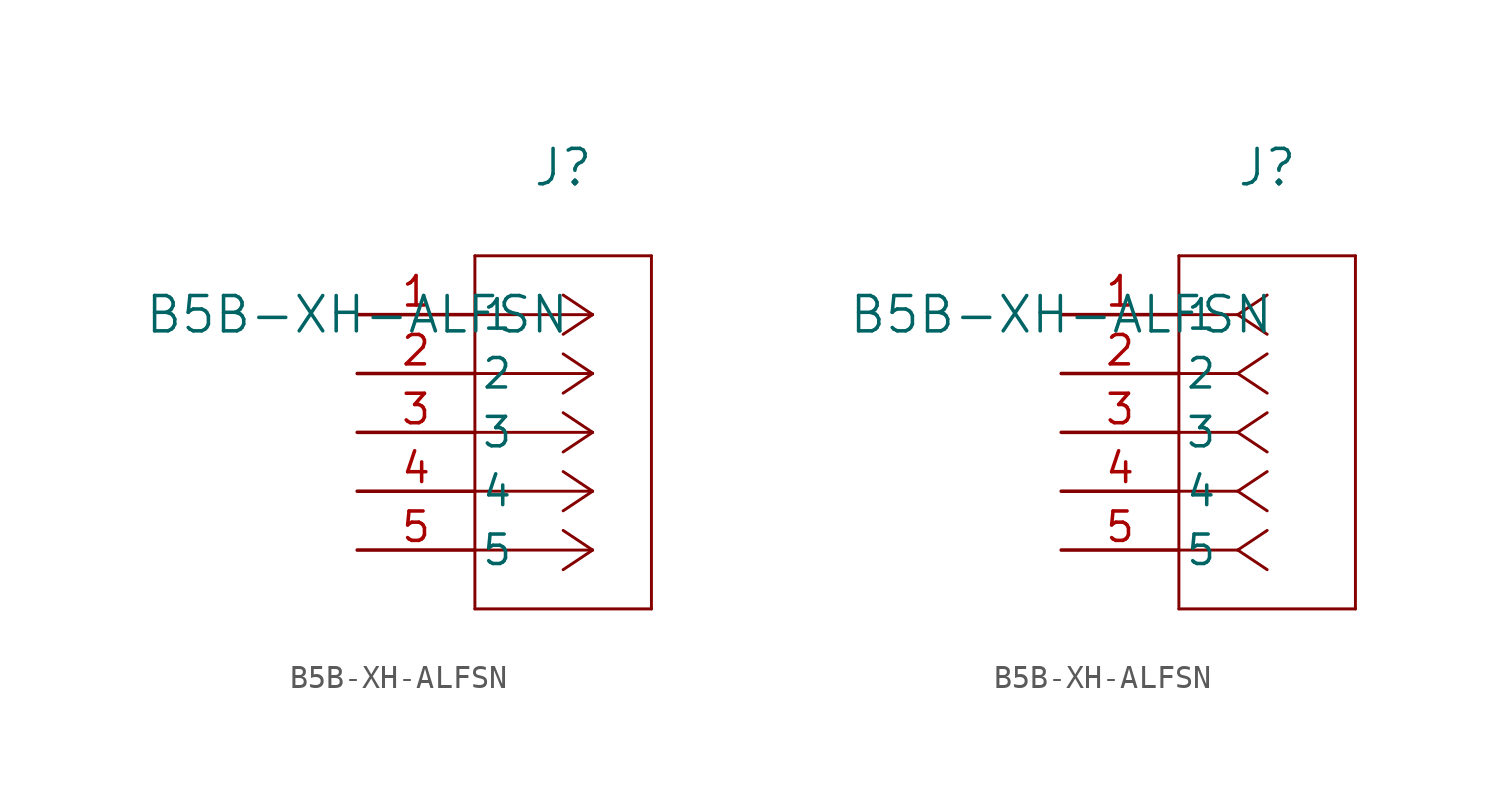
<source format=kicad_sym>
(kicad_symbol_lib
  (version 20211014)
  (generator kicad_symbol_editor)
  (symbol "B5B-XH-ALFSN"
    (pin_names
      (offset 0.254))
    (property "Reference" "J"
      (at 8.89 6.35 0)
      (effects (font (size 1.524 1.524))))
    (property "Value" "B5B-XH-ALFSN"
      (at 0 0 0)
      (effects (font (size 1.524 1.524))))
    (symbol "B5B-XH-ALFSN_1_1"
      (polyline (pts (xy 10.16 0) (xy 5.08 0)) (stroke (width 0.127) (type default) (color 0 0 0 0)) (fill (type none)))
      (polyline (pts (xy 10.16 -2.54) (xy 5.08 -2.54)) (stroke (width 0.127) (type default) (color 0 0 0 0)) (fill (type none)))
      (polyline (pts (xy 10.16 -5.08) (xy 5.08 -5.08)) (stroke (width 0.127) (type default) (color 0 0 0 0)) (fill (type none)))
      (polyline (pts (xy 10.16 -7.62) (xy 5.08 -7.62)) (stroke (width 0.127) (type default) (color 0 0 0 0)) (fill (type none)))
      (polyline (pts (xy 10.16 -10.16) (xy 5.08 -10.16)) (stroke (width 0.127) (type default) (color 0 0 0 0)) (fill (type none)))
      (polyline (pts (xy 10.16 0) (xy 8.89 0.847)) (stroke (width 0.127) (type default) (color 0 0 0 0)) (fill (type none)))
      (polyline (pts (xy 10.16 -2.54) (xy 8.89 -1.693)) (stroke (width 0.127) (type default) (color 0 0 0 0)) (fill (type none)))
      (polyline (pts (xy 10.16 -5.08) (xy 8.89 -4.233)) (stroke (width 0.127) (type default) (color 0 0 0 0)) (fill (type none)))
      (polyline (pts (xy 10.16 -7.62) (xy 8.89 -6.773)) (stroke (width 0.127) (type default) (color 0 0 0 0)) (fill (type none)))
      (polyline (pts (xy 10.16 -10.16) (xy 8.89 -9.313)) (stroke (width 0.127) (type default) (color 0 0 0 0)) (fill (type none)))
      (polyline (pts (xy 10.16 0) (xy 8.89 -0.847)) (stroke (width 0.127) (type default) (color 0 0 0 0)) (fill (type none)))
      (polyline (pts (xy 10.16 -2.54) (xy 8.89 -3.387)) (stroke (width 0.127) (type default) (color 0 0 0 0)) (fill (type none)))
      (polyline (pts (xy 10.16 -5.08) (xy 8.89 -5.927)) (stroke (width 0.127) (type default) (color 0 0 0 0)) (fill (type none)))
      (polyline (pts (xy 10.16 -7.62) (xy 8.89 -8.467)) (stroke (width 0.127) (type default) (color 0 0 0 0)) (fill (type none)))
      (polyline (pts (xy 10.16 -10.16) (xy 8.89 -11.007)) (stroke (width 0.127) (type default) (color 0 0 0 0)) (fill (type none)))
      (polyline (pts (xy 5.08 2.54) (xy 5.08 -12.7)) (stroke (width 0.127) (type default) (color 0 0 0 0)) (fill (type none)))
      (polyline (pts (xy 5.08 -12.7) (xy 12.7 -12.7)) (stroke (width 0.127) (type default) (color 0 0 0 0)) (fill (type none)))
      (polyline (pts (xy 12.7 -12.7) (xy 12.7 2.54)) (stroke (width 0.127) (type default) (color 0 0 0 0)) (fill (type none)))
      (polyline (pts (xy 12.7 2.54) (xy 5.08 2.54)) (stroke (width 0.127) (type default) (color 0 0 0 0)) (fill (type none)))
      (pin unspecified line (at 0 0 0) (length 5.08) (name "1" (effects (font (size 1.27 1.27)))) (number "1" (effects (font (size 1.27 1.27)))))
      (pin unspecified line (at 0 -2.54 0) (length 5.08) (name "2" (effects (font (size 1.27 1.27)))) (number "2" (effects (font (size 1.27 1.27)))))
      (pin unspecified line (at 0 -5.08 0) (length 5.08) (name "3" (effects (font (size 1.27 1.27)))) (number "3" (effects (font (size 1.27 1.27)))))
      (pin unspecified line (at 0 -7.62 0) (length 5.08) (name "4" (effects (font (size 1.27 1.27)))) (number "4" (effects (font (size 1.27 1.27)))))
      (pin unspecified line (at 0 -10.16 0) (length 5.08) (name "5" (effects (font (size 1.27 1.27)))) (number "5" (effects (font (size 1.27 1.27))))))
    (symbol "B5B-XH-ALFSN_1_2"
      (polyline (pts (xy 7.62 0) (xy 5.08 0)) (stroke (width 0.127) (type default) (color 0 0 0 0)) (fill (type none)))
      (polyline (pts (xy 7.62 -2.54) (xy 5.08 -2.54)) (stroke (width 0.127) (type default) (color 0 0 0 0)) (fill (type none)))
      (polyline (pts (xy 7.62 -5.08) (xy 5.08 -5.08)) (stroke (width 0.127) (type default) (color 0 0 0 0)) (fill (type none)))
      (polyline (pts (xy 7.62 -7.62) (xy 5.08 -7.62)) (stroke (width 0.127) (type default) (color 0 0 0 0)) (fill (type none)))
      (polyline (pts (xy 7.62 -10.16) (xy 5.08 -10.16)) (stroke (width 0.127) (type default) (color 0 0 0 0)) (fill (type none)))
      (polyline (pts (xy 7.62 0) (xy 8.89 0.847)) (stroke (width 0.127) (type default) (color 0 0 0 0)) (fill (type none)))
      (polyline (pts (xy 7.62 -2.54) (xy 8.89 -1.693)) (stroke (width 0.127) (type default) (color 0 0 0 0)) (fill (type none)))
      (polyline (pts (xy 7.62 -5.08) (xy 8.89 -4.233)) (stroke (width 0.127) (type default) (color 0 0 0 0)) (fill (type none)))
      (polyline (pts (xy 7.62 -7.62) (xy 8.89 -6.773)) (stroke (width 0.127) (type default) (color 0 0 0 0)) (fill (type none)))
      (polyline (pts (xy 7.62 -10.16) (xy 8.89 -9.313)) (stroke (width 0.127) (type default) (color 0 0 0 0)) (fill (type none)))
      (polyline (pts (xy 7.62 0) (xy 8.89 -0.847)) (stroke (width 0.127) (type default) (color 0 0 0 0)) (fill (type none)))
      (polyline (pts (xy 7.62 -2.54) (xy 8.89 -3.387)) (stroke (width 0.127) (type default) (color 0 0 0 0)) (fill (type none)))
      (polyline (pts (xy 7.62 -5.08) (xy 8.89 -5.927)) (stroke (width 0.127) (type default) (color 0 0 0 0)) (fill (type none)))
      (polyline (pts (xy 7.62 -7.62) (xy 8.89 -8.467)) (stroke (width 0.127) (type default) (color 0 0 0 0)) (fill (type none)))
      (polyline (pts (xy 7.62 -10.16) (xy 8.89 -11.007)) (stroke (width 0.127) (type default) (color 0 0 0 0)) (fill (type none)))
      (polyline (pts (xy 5.08 2.54) (xy 5.08 -12.7)) (stroke (width 0.127) (type default) (color 0 0 0 0)) (fill (type none)))
      (polyline (pts (xy 5.08 -12.7) (xy 12.7 -12.7)) (stroke (width 0.127) (type default) (color 0 0 0 0)) (fill (type none)))
      (polyline (pts (xy 12.7 -12.7) (xy 12.7 2.54)) (stroke (width 0.127) (type default) (color 0 0 0 0)) (fill (type none)))
      (polyline (pts (xy 12.7 2.54) (xy 5.08 2.54)) (stroke (width 0.127) (type default) (color 0 0 0 0)) (fill (type none)))
      (pin unspecified line (at 0 0 0) (length 5.08) (name "1" (effects (font (size 1.27 1.27)))) (number "1" (effects (font (size 1.27 1.27)))))
      (pin unspecified line (at 0 -2.54 0) (length 5.08) (name "2" (effects (font (size 1.27 1.27)))) (number "2" (effects (font (size 1.27 1.27)))))
      (pin unspecified line (at 0 -5.08 0) (length 5.08) (name "3" (effects (font (size 1.27 1.27)))) (number "3" (effects (font (size 1.27 1.27)))))
      (pin unspecified line (at 0 -7.62 0) (length 5.08) (name "4" (effects (font (size 1.27 1.27)))) (number "4" (effects (font (size 1.27 1.27)))))
      (pin unspecified line (at 0 -10.16 0) (length 5.08) (name "5" (effects (font (size 1.27 1.27)))) (number "5" (effects (font (size 1.27 1.27))))))))
</source>
